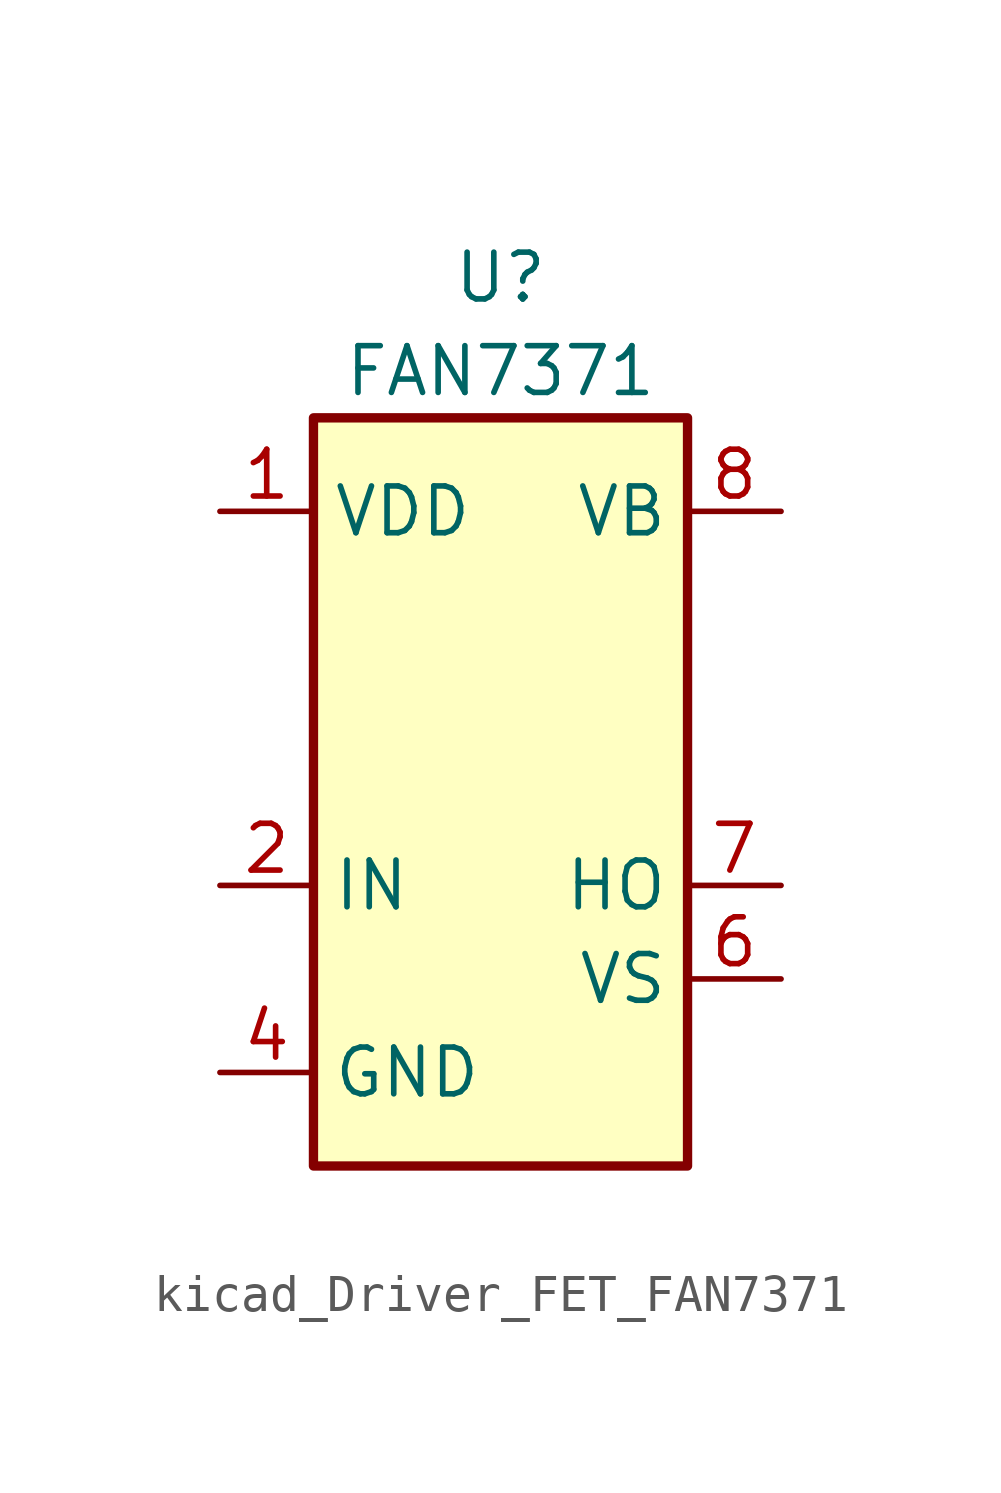
<source format=kicad_sym>
(kicad_symbol_lib
  (version 20220914)
  (generator kicad_symbol_editor)
  (symbol "kicad_Driver_FET_FAN7371"
    (property "Reference" "U"
      (at 0 13.97 0)
      (effects (font (size 1.27 1.27))))
    (property "Value" "FAN7371"
      (at 0 11.43 0)
      (effects (font (size 1.27 1.27))))
    (symbol "kicad_Driver_FET_FAN7371_0_1"
      (rectangle (start -5.08 10.16) (end 5.08 -10.16) (stroke (width 0.254) (type default)) (fill (type background))))
    (symbol "kicad_Driver_FET_FAN7371_1_1"
      (pin power_in line (at -7.62 7.62 0) (length 2.54) (name "VDD" (effects (font (size 1.27 1.27)))) (number "1" (effects (font (size 1.27 1.27)))))
      (pin input line (at -7.62 -2.54 0) (length 2.54) (name "IN" (effects (font (size 1.27 1.27)))) (number "2" (effects (font (size 1.27 1.27)))))
      (pin no_connect line (at -5.08 -5.08 0) (length 2.54) hide (name "NC" (effects (font (size 1.27 1.27)))) (number "3" (effects (font (size 1.27 1.27)))))
      (pin power_in line (at -7.62 -7.62 0) (length 2.54) (name "GND" (effects (font (size 1.27 1.27)))) (number "4" (effects (font (size 1.27 1.27)))))
      (pin no_connect line (at 5.08 -7.62 180) (length 2.54) hide (name "NC" (effects (font (size 1.27 1.27)))) (number "5" (effects (font (size 1.27 1.27)))))
      (pin passive line (at 7.62 -5.08 180) (length 2.54) (name "VS" (effects (font (size 1.27 1.27)))) (number "6" (effects (font (size 1.27 1.27)))))
      (pin output line (at 7.62 -2.54 180) (length 2.54) (name "HO" (effects (font (size 1.27 1.27)))) (number "7" (effects (font (size 1.27 1.27)))))
      (pin passive line (at 7.62 7.62 180) (length 2.54) (name "VB" (effects (font (size 1.27 1.27)))) (number "8" (effects (font (size 1.27 1.27))))))))
</source>
